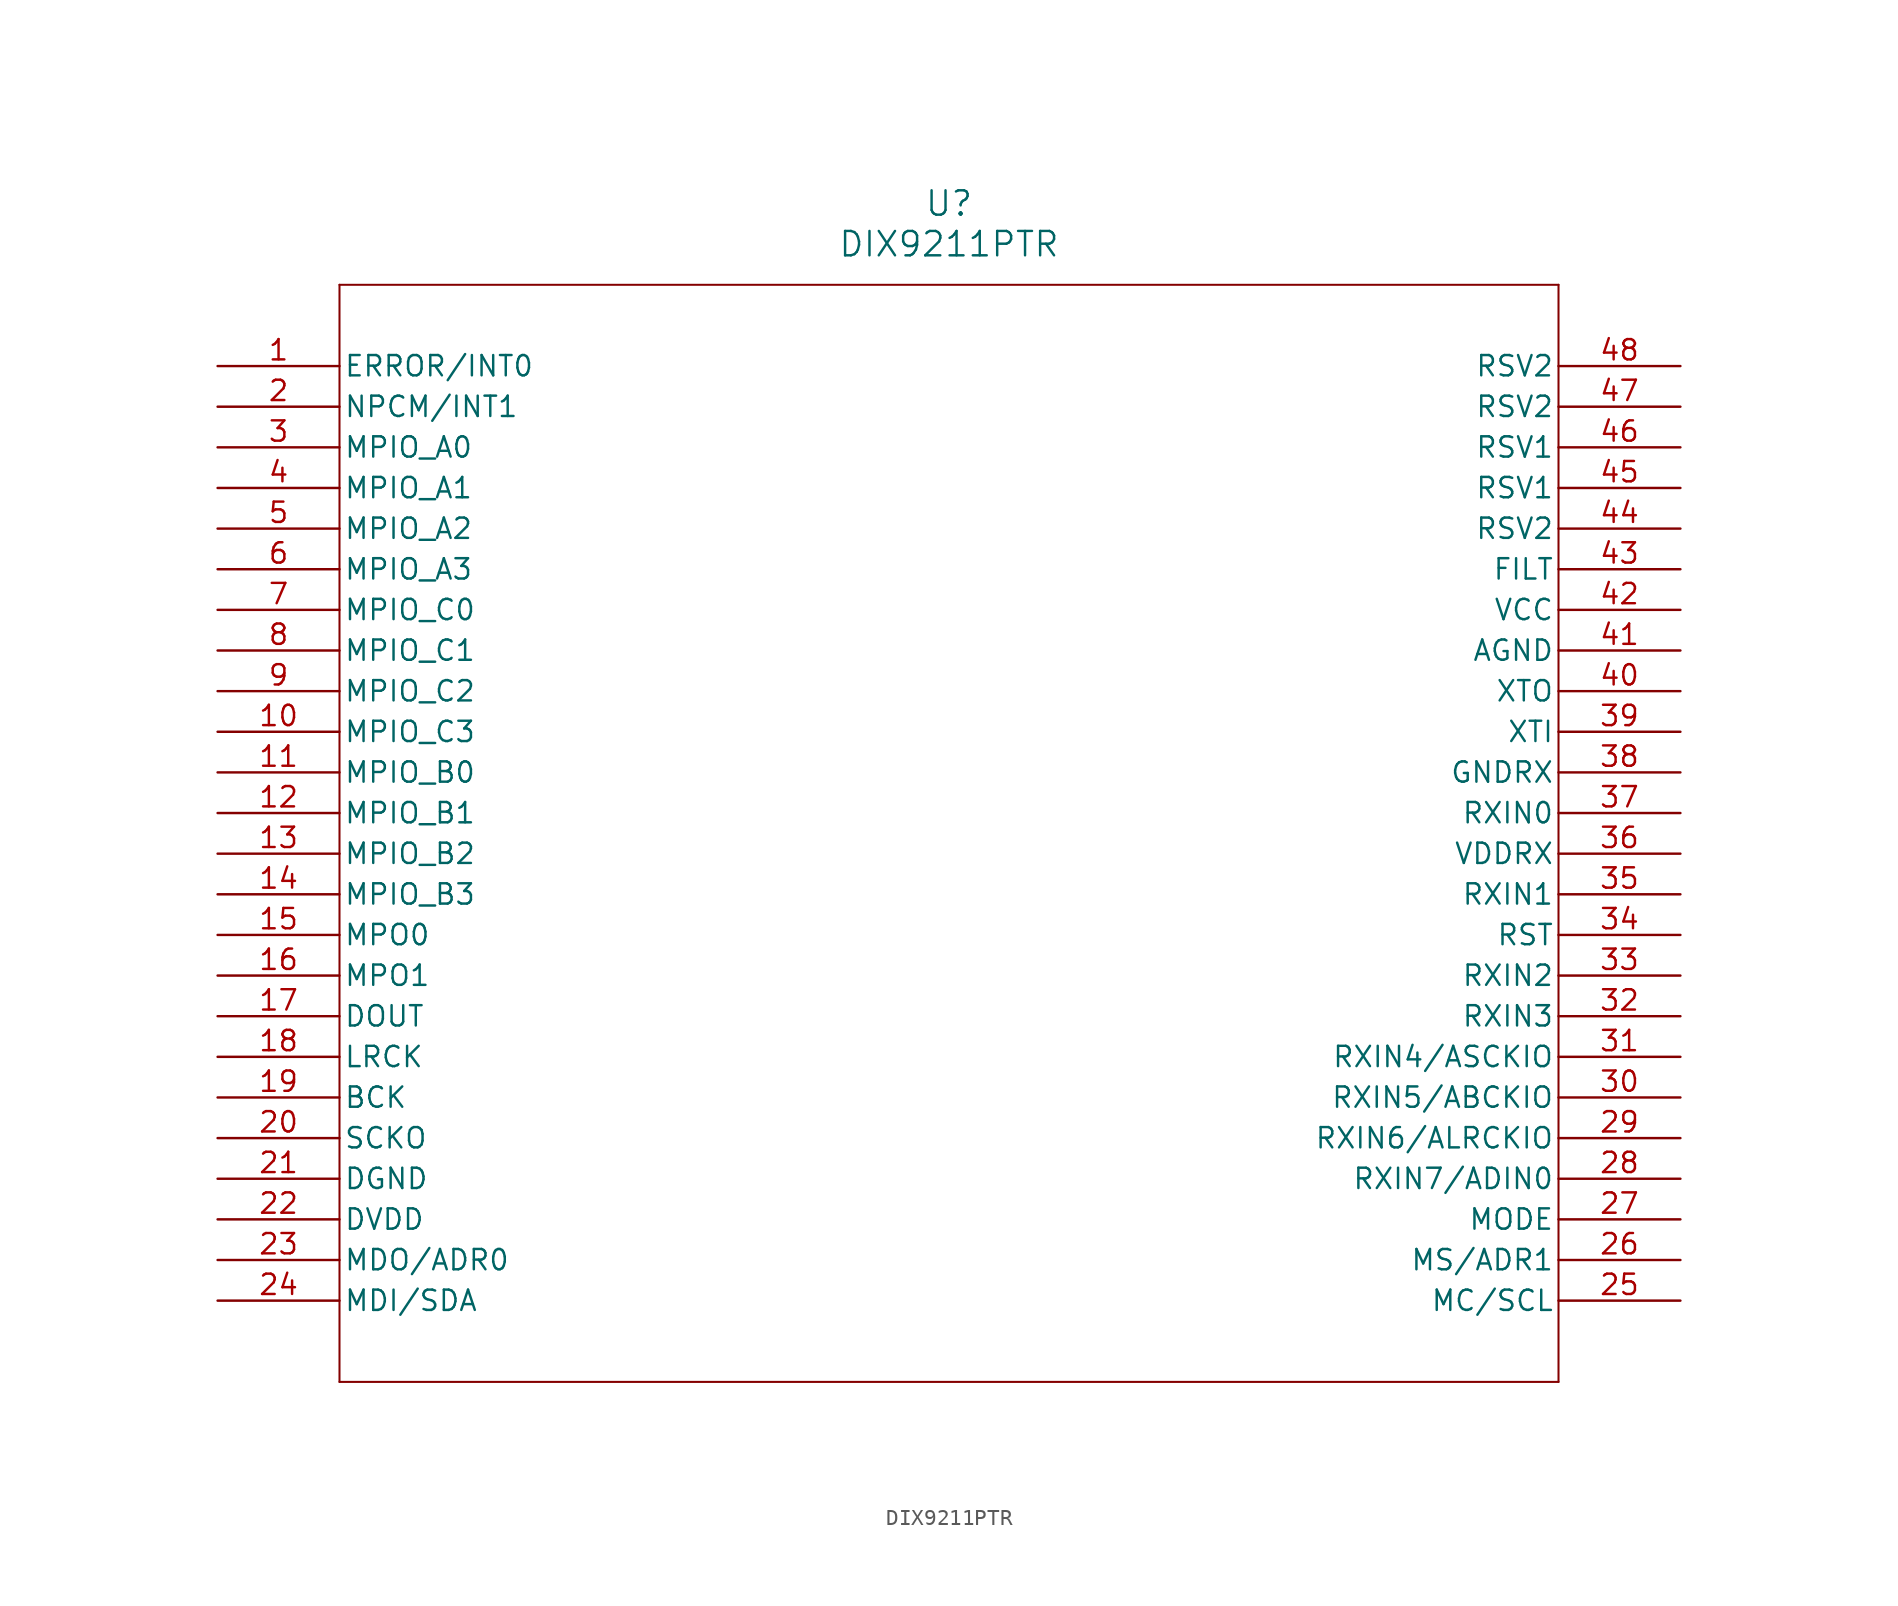
<source format=kicad_sym>
(kicad_symbol_lib
  (version 20211014)
  (generator kicad_symbol_editor)
  (symbol "DIX9211PTR"
    (pin_names
      (offset 0.254))
    (property "Reference" "U"
      (at 45.72 10.16 0)
      (effects (font (size 1.524 1.524))))
    (property "Value" "DIX9211PTR"
      (at 45.72 7.62 0)
      (effects (font (size 1.524 1.524))))
    (symbol "DIX9211PTR_0_1"
      (polyline (pts (xy 7.62 5.08) (xy 7.62 -63.5)) (stroke (width 0.127) (type default) (color 0 0 0 0)) (fill (type none)))
      (polyline (pts (xy 7.62 -63.5) (xy 83.82 -63.5)) (stroke (width 0.127) (type default) (color 0 0 0 0)) (fill (type none)))
      (polyline (pts (xy 83.82 -63.5) (xy 83.82 5.08)) (stroke (width 0.127) (type default) (color 0 0 0 0)) (fill (type none)))
      (polyline (pts (xy 83.82 5.08) (xy 7.62 5.08)) (stroke (width 0.127) (type default) (color 0 0 0 0)) (fill (type none)))
      (pin output line (at 0 0 0) (length 7.62) (name "ERROR/INT0" (effects (font (size 1.27 1.27)))) (number "1" (effects (font (size 1.27 1.27)))))
      (pin output line (at 0 -2.54 0) (length 7.62) (name "NPCM/INT1" (effects (font (size 1.27 1.27)))) (number "2" (effects (font (size 1.27 1.27)))))
      (pin bidirectional line (at 0 -5.08 0) (length 7.62) (name "MPIO_A0" (effects (font (size 1.27 1.27)))) (number "3" (effects (font (size 1.27 1.27)))))
      (pin bidirectional line (at 0 -7.62 0) (length 7.62) (name "MPIO_A1" (effects (font (size 1.27 1.27)))) (number "4" (effects (font (size 1.27 1.27)))))
      (pin bidirectional line (at 0 -10.16 0) (length 7.62) (name "MPIO_A2" (effects (font (size 1.27 1.27)))) (number "5" (effects (font (size 1.27 1.27)))))
      (pin bidirectional line (at 0 -12.7 0) (length 7.62) (name "MPIO_A3" (effects (font (size 1.27 1.27)))) (number "6" (effects (font (size 1.27 1.27)))))
      (pin bidirectional line (at 0 -15.24 0) (length 7.62) (name "MPIO_C0" (effects (font (size 1.27 1.27)))) (number "7" (effects (font (size 1.27 1.27)))))
      (pin bidirectional line (at 0 -17.78 0) (length 7.62) (name "MPIO_C1" (effects (font (size 1.27 1.27)))) (number "8" (effects (font (size 1.27 1.27)))))
      (pin bidirectional line (at 0 -20.32 0) (length 7.62) (name "MPIO_C2" (effects (font (size 1.27 1.27)))) (number "9" (effects (font (size 1.27 1.27)))))
      (pin bidirectional line (at 0 -22.86 0) (length 7.62) (name "MPIO_C3" (effects (font (size 1.27 1.27)))) (number "10" (effects (font (size 1.27 1.27)))))
      (pin bidirectional line (at 0 -25.4 0) (length 7.62) (name "MPIO_B0" (effects (font (size 1.27 1.27)))) (number "11" (effects (font (size 1.27 1.27)))))
      (pin bidirectional line (at 0 -27.94 0) (length 7.62) (name "MPIO_B1" (effects (font (size 1.27 1.27)))) (number "12" (effects (font (size 1.27 1.27)))))
      (pin bidirectional line (at 0 -30.48 0) (length 7.62) (name "MPIO_B2" (effects (font (size 1.27 1.27)))) (number "13" (effects (font (size 1.27 1.27)))))
      (pin bidirectional line (at 0 -33.02 0) (length 7.62) (name "MPIO_B3" (effects (font (size 1.27 1.27)))) (number "14" (effects (font (size 1.27 1.27)))))
      (pin output line (at 0 -35.56 0) (length 7.62) (name "MPO0" (effects (font (size 1.27 1.27)))) (number "15" (effects (font (size 1.27 1.27)))))
      (pin output line (at 0 -38.1 0) (length 7.62) (name "MPO1" (effects (font (size 1.27 1.27)))) (number "16" (effects (font (size 1.27 1.27)))))
      (pin output line (at 0 -40.64 0) (length 7.62) (name "DOUT" (effects (font (size 1.27 1.27)))) (number "17" (effects (font (size 1.27 1.27)))))
      (pin output line (at 0 -43.18 0) (length 7.62) (name "LRCK" (effects (font (size 1.27 1.27)))) (number "18" (effects (font (size 1.27 1.27)))))
      (pin output line (at 0 -45.72 0) (length 7.62) (name "BCK" (effects (font (size 1.27 1.27)))) (number "19" (effects (font (size 1.27 1.27)))))
      (pin output line (at 0 -48.26 0) (length 7.62) (name "SCKO" (effects (font (size 1.27 1.27)))) (number "20" (effects (font (size 1.27 1.27)))))
      (pin power_in line (at 0 -50.8 0) (length 7.62) (name "DGND" (effects (font (size 1.27 1.27)))) (number "21" (effects (font (size 1.27 1.27)))))
      (pin power_in line (at 0 -53.34 0) (length 7.62) (name "DVDD" (effects (font (size 1.27 1.27)))) (number "22" (effects (font (size 1.27 1.27)))))
      (pin bidirectional line (at 0 -55.88 0) (length 7.62) (name "MDO/ADR0" (effects (font (size 1.27 1.27)))) (number "23" (effects (font (size 1.27 1.27)))))
      (pin bidirectional line (at 0 -58.42 0) (length 7.62) (name "MDI/SDA" (effects (font (size 1.27 1.27)))) (number "24" (effects (font (size 1.27 1.27)))))
      (pin input line (at 91.44 -58.42 180) (length 7.62) (name "MC/SCL" (effects (font (size 1.27 1.27)))) (number "25" (effects (font (size 1.27 1.27)))))
      (pin input line (at 91.44 -55.88 180) (length 7.62) (name "MS/ADR1" (effects (font (size 1.27 1.27)))) (number "26" (effects (font (size 1.27 1.27)))))
      (pin input line (at 91.44 -53.34 180) (length 7.62) (name "MODE" (effects (font (size 1.27 1.27)))) (number "27" (effects (font (size 1.27 1.27)))))
      (pin input line (at 91.44 -50.8 180) (length 7.62) (name "RXIN7/ADIN0" (effects (font (size 1.27 1.27)))) (number "28" (effects (font (size 1.27 1.27)))))
      (pin input line (at 91.44 -48.26 180) (length 7.62) (name "RXIN6/ALRCKIO" (effects (font (size 1.27 1.27)))) (number "29" (effects (font (size 1.27 1.27)))))
      (pin input line (at 91.44 -45.72 180) (length 7.62) (name "RXIN5/ABCKIO" (effects (font (size 1.27 1.27)))) (number "30" (effects (font (size 1.27 1.27)))))
      (pin input line (at 91.44 -43.18 180) (length 7.62) (name "RXIN4/ASCKIO" (effects (font (size 1.27 1.27)))) (number "31" (effects (font (size 1.27 1.27)))))
      (pin input line (at 91.44 -40.64 180) (length 7.62) (name "RXIN3" (effects (font (size 1.27 1.27)))) (number "32" (effects (font (size 1.27 1.27)))))
      (pin input line (at 91.44 -38.1 180) (length 7.62) (name "RXIN2" (effects (font (size 1.27 1.27)))) (number "33" (effects (font (size 1.27 1.27)))))
      (pin input line (at 91.44 -35.56 180) (length 7.62) (name "RST" (effects (font (size 1.27 1.27)))) (number "34" (effects (font (size 1.27 1.27)))))
      (pin input line (at 91.44 -33.02 180) (length 7.62) (name "RXIN1" (effects (font (size 1.27 1.27)))) (number "35" (effects (font (size 1.27 1.27)))))
      (pin power_in line (at 91.44 -30.48 180) (length 7.62) (name "VDDRX" (effects (font (size 1.27 1.27)))) (number "36" (effects (font (size 1.27 1.27)))))
      (pin input line (at 91.44 -27.94 180) (length 7.62) (name "RXIN0" (effects (font (size 1.27 1.27)))) (number "37" (effects (font (size 1.27 1.27)))))
      (pin power_in line (at 91.44 -25.4 180) (length 7.62) (name "GNDRX" (effects (font (size 1.27 1.27)))) (number "38" (effects (font (size 1.27 1.27)))))
      (pin input line (at 91.44 -22.86 180) (length 7.62) (name "XTI" (effects (font (size 1.27 1.27)))) (number "39" (effects (font (size 1.27 1.27)))))
      (pin output line (at 91.44 -20.32 180) (length 7.62) (name "XTO" (effects (font (size 1.27 1.27)))) (number "40" (effects (font (size 1.27 1.27)))))
      (pin power_in line (at 91.44 -17.78 180) (length 7.62) (name "AGND" (effects (font (size 1.27 1.27)))) (number "41" (effects (font (size 1.27 1.27)))))
      (pin power_in line (at 91.44 -15.24 180) (length 7.62) (name "VCC" (effects (font (size 1.27 1.27)))) (number "42" (effects (font (size 1.27 1.27)))))
      (pin output line (at 91.44 -12.7 180) (length 7.62) (name "FILT" (effects (font (size 1.27 1.27)))) (number "43" (effects (font (size 1.27 1.27)))))
      (pin unspecified line (at 91.44 -10.16 180) (length 7.62) (name "RSV2" (effects (font (size 1.27 1.27)))) (number "44" (effects (font (size 1.27 1.27)))))
      (pin unspecified line (at 91.44 -7.62 180) (length 7.62) (name "RSV1" (effects (font (size 1.27 1.27)))) (number "45" (effects (font (size 1.27 1.27)))))
      (pin unspecified line (at 91.44 -5.08 180) (length 7.62) (name "RSV1" (effects (font (size 1.27 1.27)))) (number "46" (effects (font (size 1.27 1.27)))))
      (pin unspecified line (at 91.44 -2.54 180) (length 7.62) (name "RSV2" (effects (font (size 1.27 1.27)))) (number "47" (effects (font (size 1.27 1.27)))))
      (pin unspecified line (at 91.44 0 180) (length 7.62) (name "RSV2" (effects (font (size 1.27 1.27)))) (number "48" (effects (font (size 1.27 1.27))))))))
</source>
